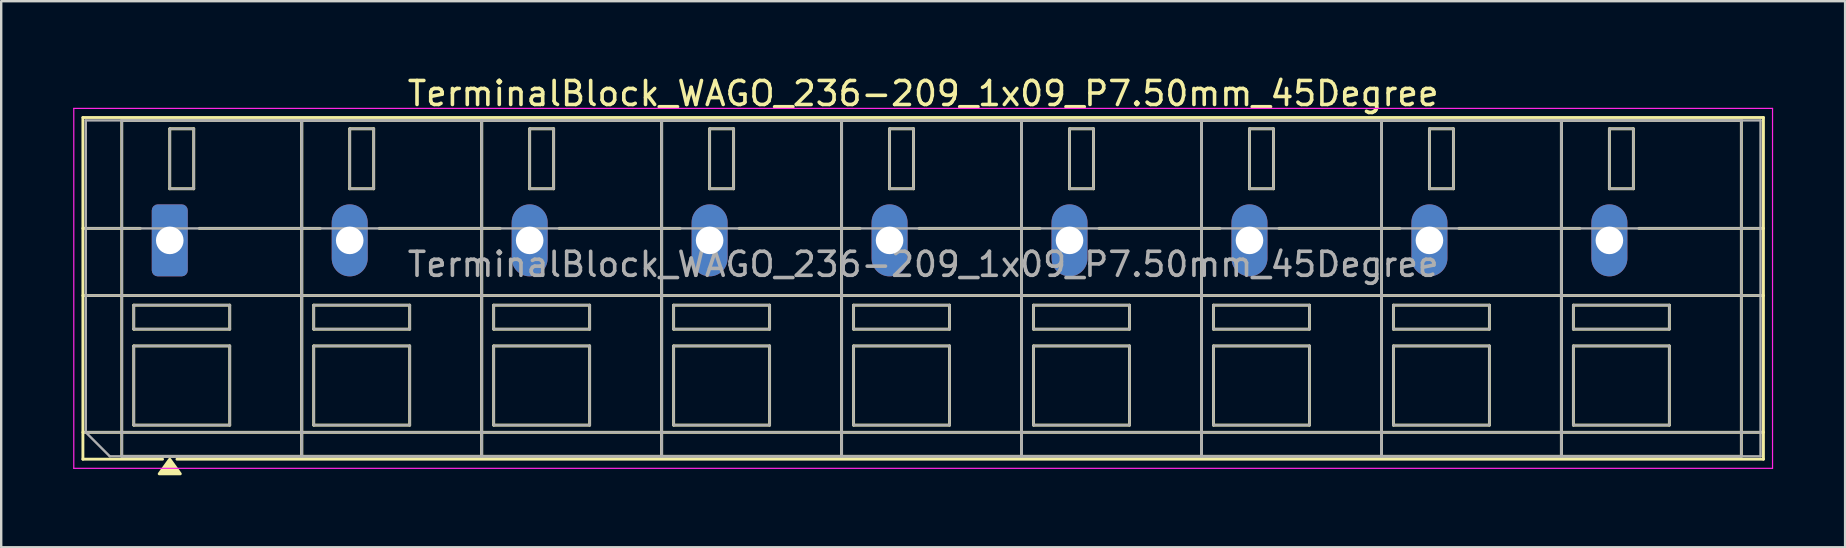
<source format=kicad_pcb>
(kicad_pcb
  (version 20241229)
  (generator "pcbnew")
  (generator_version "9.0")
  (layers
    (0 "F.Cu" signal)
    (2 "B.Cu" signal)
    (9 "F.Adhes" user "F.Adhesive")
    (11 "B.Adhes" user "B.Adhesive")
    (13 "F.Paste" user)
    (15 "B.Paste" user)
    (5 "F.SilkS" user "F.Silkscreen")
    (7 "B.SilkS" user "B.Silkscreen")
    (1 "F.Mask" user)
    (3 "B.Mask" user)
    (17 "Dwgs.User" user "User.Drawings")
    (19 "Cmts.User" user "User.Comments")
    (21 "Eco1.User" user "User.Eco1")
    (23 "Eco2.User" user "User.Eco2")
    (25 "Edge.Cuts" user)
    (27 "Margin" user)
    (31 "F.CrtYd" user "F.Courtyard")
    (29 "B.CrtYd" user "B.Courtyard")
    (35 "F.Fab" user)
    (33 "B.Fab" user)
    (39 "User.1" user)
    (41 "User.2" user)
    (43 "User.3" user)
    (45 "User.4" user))
  (footprint "TerminalBlock_WAGO_236-209_1x09_P7.50mm_45Degree"
    (layer "F.Cu")
    (at 4.025 6.968)
    (property "Reference" "TerminalBlock_WAGO_236-209_1x09_P7.50mm_45Degree" (at 31.4 -6.12 0) (layer "F.SilkS") (effects (font (size 1 1) (thickness 0.15))))
    (attr through_hole)
    (fp_line (start -3.62 -5.12) (end -3.62 9.12) (stroke (width 0.12) (type solid)) (layer "F.SilkS"))
    (fp_line (start -3.62 -5.12) (end 66.42 -5.12) (stroke (width 0.12) (type solid)) (layer "F.SilkS"))
    (fp_line (start -3.62 -0.5) (end -1.23 -0.5) (stroke (width 0.12) (type solid)) (layer "F.SilkS"))
    (fp_line (start -3.62 2.3) (end 66.42 2.3) (stroke (width 0.12) (type solid)) (layer "F.SilkS"))
    (fp_line (start -3.62 8) (end 66.42 8) (stroke (width 0.12) (type solid)) (layer "F.SilkS"))
    (fp_line (start -3.62 9.12) (end -0.3 9.12) (stroke (width 0.12) (type solid)) (layer "F.SilkS"))
    (fp_line (start -2 -5) (end -2 9) (stroke (width 0.12) (type solid)) (layer "F.SilkS"))
    (fp_line (start -2 -5) (end 5.5 -5) (stroke (width 0.12) (type solid)) (layer "F.SilkS"))
    (fp_line (start -2 9) (end 5.5 9) (stroke (width 0.12) (type solid)) (layer "F.SilkS"))
    (fp_line (start -1.5 2.7) (end -1.5 3.7) (stroke (width 0.12) (type solid)) (layer "F.SilkS"))
    (fp_line (start -1.5 2.7) (end 2.5 2.7) (stroke (width 0.12) (type solid)) (layer "F.SilkS"))
    (fp_line (start -1.5 3.7) (end 2.5 3.7) (stroke (width 0.12) (type solid)) (layer "F.SilkS"))
    (fp_line (start -1.5 4.4) (end -1.5 7.7) (stroke (width 0.12) (type solid)) (layer "F.SilkS"))
    (fp_line (start -1.5 4.4) (end 2.5 4.4) (stroke (width 0.12) (type solid)) (layer "F.SilkS"))
    (fp_line (start -1.5 7.7) (end 2.5 7.7) (stroke (width 0.12) (type solid)) (layer "F.SilkS"))
    (fp_line (start 0 -4.65) (end 0 -2.15) (stroke (width 0.12) (type solid)) (layer "F.SilkS"))
    (fp_line (start 0 -4.65) (end 1 -4.65) (stroke (width 0.12) (type solid)) (layer "F.SilkS"))
    (fp_line (start 0 -2.15) (end 1 -2.15) (stroke (width 0.12) (type solid)) (layer "F.SilkS"))
    (fp_line (start 0.3 9.12) (end 66.42 9.12) (stroke (width 0.12) (type solid)) (layer "F.SilkS"))
    (fp_line (start 1 -4.65) (end 1 -2.15) (stroke (width 0.12) (type solid)) (layer "F.SilkS"))
    (fp_line (start 1.23 -0.5) (end 6.27 -0.5) (stroke (width 0.12) (type solid)) (layer "F.SilkS"))
    (fp_line (start 2.5 2.7) (end 2.5 3.7) (stroke (width 0.12) (type solid)) (layer "F.SilkS"))
    (fp_line (start 2.5 4.4) (end 2.5 7.7) (stroke (width 0.12) (type solid)) (layer "F.SilkS"))
    (fp_line (start 5.5 -5) (end 5.5 9) (stroke (width 0.12) (type solid)) (layer "F.SilkS"))
    (fp_line (start 5.5 -5) (end 5.5 9) (stroke (width 0.12) (type solid)) (layer "F.SilkS"))
    (fp_line (start 5.5 -5) (end 13 -5) (stroke (width 0.12) (type solid)) (layer "F.SilkS"))
    (fp_line (start 5.5 9) (end 13 9) (stroke (width 0.12) (type solid)) (layer "F.SilkS"))
    (fp_line (start 6 2.7) (end 6 3.7) (stroke (width 0.12) (type solid)) (layer "F.SilkS"))
    (fp_line (start 6 2.7) (end 10 2.7) (stroke (width 0.12) (type solid)) (layer "F.SilkS"))
    (fp_line (start 6 3.7) (end 10 3.7) (stroke (width 0.12) (type solid)) (layer "F.SilkS"))
    (fp_line (start 6 4.4) (end 6 7.7) (stroke (width 0.12) (type solid)) (layer "F.SilkS"))
    (fp_line (start 6 4.4) (end 10 4.4) (stroke (width 0.12) (type solid)) (layer "F.SilkS"))
    (fp_line (start 6 7.7) (end 10 7.7) (stroke (width 0.12) (type solid)) (layer "F.SilkS"))
    (fp_line (start 7.5 -4.65) (end 7.5 -2.15) (stroke (width 0.12) (type solid)) (layer "F.SilkS"))
    (fp_line (start 7.5 -4.65) (end 8.5 -4.65) (stroke (width 0.12) (type solid)) (layer "F.SilkS"))
    (fp_line (start 7.5 -2.15) (end 8.5 -2.15) (stroke (width 0.12) (type solid)) (layer "F.SilkS"))
    (fp_line (start 8.5 -4.65) (end 8.5 -2.15) (stroke (width 0.12) (type solid)) (layer "F.SilkS"))
    (fp_line (start 8.73 -0.5) (end 13.77 -0.5) (stroke (width 0.12) (type solid)) (layer "F.SilkS"))
    (fp_line (start 10 2.7) (end 10 3.7) (stroke (width 0.12) (type solid)) (layer "F.SilkS"))
    (fp_line (start 10 4.4) (end 10 7.7) (stroke (width 0.12) (type solid)) (layer "F.SilkS"))
    (fp_line (start 13 -5) (end 13 9) (stroke (width 0.12) (type solid)) (layer "F.SilkS"))
    (fp_line (start 13 -5) (end 13 9) (stroke (width 0.12) (type solid)) (layer "F.SilkS"))
    (fp_line (start 13 -5) (end 20.5 -5) (stroke (width 0.12) (type solid)) (layer "F.SilkS"))
    (fp_line (start 13 9) (end 20.5 9) (stroke (width 0.12) (type solid)) (layer "F.SilkS"))
    (fp_line (start 13.5 2.7) (end 13.5 3.7) (stroke (width 0.12) (type solid)) (layer "F.SilkS"))
    (fp_line (start 13.5 2.7) (end 17.5 2.7) (stroke (width 0.12) (type solid)) (layer "F.SilkS"))
    (fp_line (start 13.5 3.7) (end 17.5 3.7) (stroke (width 0.12) (type solid)) (layer "F.SilkS"))
    (fp_line (start 13.5 4.4) (end 13.5 7.7) (stroke (width 0.12) (type solid)) (layer "F.SilkS"))
    (fp_line (start 13.5 4.4) (end 17.5 4.4) (stroke (width 0.12) (type solid)) (layer "F.SilkS"))
    (fp_line (start 13.5 7.7) (end 17.5 7.7) (stroke (width 0.12) (type solid)) (layer "F.SilkS"))
    (fp_line (start 15 -4.65) (end 15 -2.15) (stroke (width 0.12) (type solid)) (layer "F.SilkS"))
    (fp_line (start 15 -4.65) (end 16 -4.65) (stroke (width 0.12) (type solid)) (layer "F.SilkS"))
    (fp_line (start 15 -2.15) (end 16 -2.15) (stroke (width 0.12) (type solid)) (layer "F.SilkS"))
    (fp_line (start 16 -4.65) (end 16 -2.15) (stroke (width 0.12) (type solid)) (layer "F.SilkS"))
    (fp_line (start 16.23 -0.5) (end 21.27 -0.5) (stroke (width 0.12) (type solid)) (layer "F.SilkS"))
    (fp_line (start 17.5 2.7) (end 17.5 3.7) (stroke (width 0.12) (type solid)) (layer "F.SilkS"))
    (fp_line (start 17.5 4.4) (end 17.5 7.7) (stroke (width 0.12) (type solid)) (layer "F.SilkS"))
    (fp_line (start 20.5 -5) (end 20.5 9) (stroke (width 0.12) (type solid)) (layer "F.SilkS"))
    (fp_line (start 20.5 -5) (end 20.5 9) (stroke (width 0.12) (type solid)) (layer "F.SilkS"))
    (fp_line (start 20.5 -5) (end 28 -5) (stroke (width 0.12) (type solid)) (layer "F.SilkS"))
    (fp_line (start 20.5 9) (end 28 9) (stroke (width 0.12) (type solid)) (layer "F.SilkS"))
    (fp_line (start 21 2.7) (end 21 3.7) (stroke (width 0.12) (type solid)) (layer "F.SilkS"))
    (fp_line (start 21 2.7) (end 25 2.7) (stroke (width 0.12) (type solid)) (layer "F.SilkS"))
    (fp_line (start 21 3.7) (end 25 3.7) (stroke (width 0.12) (type solid)) (layer "F.SilkS"))
    (fp_line (start 21 4.4) (end 21 7.7) (stroke (width 0.12) (type solid)) (layer "F.SilkS"))
    (fp_line (start 21 4.4) (end 25 4.4) (stroke (width 0.12) (type solid)) (layer "F.SilkS"))
    (fp_line (start 21 7.7) (end 25 7.7) (stroke (width 0.12) (type solid)) (layer "F.SilkS"))
    (fp_line (start 22.5 -4.65) (end 22.5 -2.15) (stroke (width 0.12) (type solid)) (layer "F.SilkS"))
    (fp_line (start 22.5 -4.65) (end 23.5 -4.65) (stroke (width 0.12) (type solid)) (layer "F.SilkS"))
    (fp_line (start 22.5 -2.15) (end 23.5 -2.15) (stroke (width 0.12) (type solid)) (layer "F.SilkS"))
    (fp_line (start 23.5 -4.65) (end 23.5 -2.15) (stroke (width 0.12) (type solid)) (layer "F.SilkS"))
    (fp_line (start 23.73 -0.5) (end 28.77 -0.5) (stroke (width 0.12) (type solid)) (layer "F.SilkS"))
    (fp_line (start 25 2.7) (end 25 3.7) (stroke (width 0.12) (type solid)) (layer "F.SilkS"))
    (fp_line (start 25 4.4) (end 25 7.7) (stroke (width 0.12) (type solid)) (layer "F.SilkS"))
    (fp_line (start 28 -5) (end 28 9) (stroke (width 0.12) (type solid)) (layer "F.SilkS"))
    (fp_line (start 28 -5) (end 28 9) (stroke (width 0.12) (type solid)) (layer "F.SilkS"))
    (fp_line (start 28 -5) (end 35.5 -5) (stroke (width 0.12) (type solid)) (layer "F.SilkS"))
    (fp_line (start 28 9) (end 35.5 9) (stroke (width 0.12) (type solid)) (layer "F.SilkS"))
    (fp_line (start 28.5 2.7) (end 28.5 3.7) (stroke (width 0.12) (type solid)) (layer "F.SilkS"))
    (fp_line (start 28.5 2.7) (end 32.5 2.7) (stroke (width 0.12) (type solid)) (layer "F.SilkS"))
    (fp_line (start 28.5 3.7) (end 32.5 3.7) (stroke (width 0.12) (type solid)) (layer "F.SilkS"))
    (fp_line (start 28.5 4.4) (end 28.5 7.7) (stroke (width 0.12) (type solid)) (layer "F.SilkS"))
    (fp_line (start 28.5 4.4) (end 32.5 4.4) (stroke (width 0.12) (type solid)) (layer "F.SilkS"))
    (fp_line (start 28.5 7.7) (end 32.5 7.7) (stroke (width 0.12) (type solid)) (layer "F.SilkS"))
    (fp_line (start 30 -4.65) (end 30 -2.15) (stroke (width 0.12) (type solid)) (layer "F.SilkS"))
    (fp_line (start 30 -4.65) (end 31 -4.65) (stroke (width 0.12) (type solid)) (layer "F.SilkS"))
    (fp_line (start 30 -2.15) (end 31 -2.15) (stroke (width 0.12) (type solid)) (layer "F.SilkS"))
    (fp_line (start 31 -4.65) (end 31 -2.15) (stroke (width 0.12) (type solid)) (layer "F.SilkS"))
    (fp_line (start 31.23 -0.5) (end 36.27 -0.5) (stroke (width 0.12) (type solid)) (layer "F.SilkS"))
    (fp_line (start 32.5 2.7) (end 32.5 3.7) (stroke (width 0.12) (type solid)) (layer "F.SilkS"))
    (fp_line (start 32.5 4.4) (end 32.5 7.7) (stroke (width 0.12) (type solid)) (layer "F.SilkS"))
    (fp_line (start 35.5 -5) (end 35.5 9) (stroke (width 0.12) (type solid)) (layer "F.SilkS"))
    (fp_line (start 35.5 -5) (end 35.5 9) (stroke (width 0.12) (type solid)) (layer "F.SilkS"))
    (fp_line (start 35.5 -5) (end 43 -5) (stroke (width 0.12) (type solid)) (layer "F.SilkS"))
    (fp_line (start 35.5 9) (end 43 9) (stroke (width 0.12) (type solid)) (layer "F.SilkS"))
    (fp_line (start 36 2.7) (end 36 3.7) (stroke (width 0.12) (type solid)) (layer "F.SilkS"))
    (fp_line (start 36 2.7) (end 40 2.7) (stroke (width 0.12) (type solid)) (layer "F.SilkS"))
    (fp_line (start 36 3.7) (end 40 3.7) (stroke (width 0.12) (type solid)) (layer "F.SilkS"))
    (fp_line (start 36 4.4) (end 36 7.7) (stroke (width 0.12) (type solid)) (layer "F.SilkS"))
    (fp_line (start 36 4.4) (end 40 4.4) (stroke (width 0.12) (type solid)) (layer "F.SilkS"))
    (fp_line (start 36 7.7) (end 40 7.7) (stroke (width 0.12) (type solid)) (layer "F.SilkS"))
    (fp_line (start 37.5 -4.65) (end 37.5 -2.15) (stroke (width 0.12) (type solid)) (layer "F.SilkS"))
    (fp_line (start 37.5 -4.65) (end 38.5 -4.65) (stroke (width 0.12) (type solid)) (layer "F.SilkS"))
    (fp_line (start 37.5 -2.15) (end 38.5 -2.15) (stroke (width 0.12) (type solid)) (layer "F.SilkS"))
    (fp_line (start 38.5 -4.65) (end 38.5 -2.15) (stroke (width 0.12) (type solid)) (layer "F.SilkS"))
    (fp_line (start 38.73 -0.5) (end 43.77 -0.5) (stroke (width 0.12) (type solid)) (layer "F.SilkS"))
    (fp_line (start 40 2.7) (end 40 3.7) (stroke (width 0.12) (type solid)) (layer "F.SilkS"))
    (fp_line (start 40 4.4) (end 40 7.7) (stroke (width 0.12) (type solid)) (layer "F.SilkS"))
    (fp_line (start 43 -5) (end 43 9) (stroke (width 0.12) (type solid)) (layer "F.SilkS"))
    (fp_line (start 43 -5) (end 43 9) (stroke (width 0.12) (type solid)) (layer "F.SilkS"))
    (fp_line (start 43 -5) (end 50.5 -5) (stroke (width 0.12) (type solid)) (layer "F.SilkS"))
    (fp_line (start 43 9) (end 50.5 9) (stroke (width 0.12) (type solid)) (layer "F.SilkS"))
    (fp_line (start 43.5 2.7) (end 43.5 3.7) (stroke (width 0.12) (type solid)) (layer "F.SilkS"))
    (fp_line (start 43.5 2.7) (end 47.5 2.7) (stroke (width 0.12) (type solid)) (layer "F.SilkS"))
    (fp_line (start 43.5 3.7) (end 47.5 3.7) (stroke (width 0.12) (type solid)) (layer "F.SilkS"))
    (fp_line (start 43.5 4.4) (end 43.5 7.7) (stroke (width 0.12) (type solid)) (layer "F.SilkS"))
    (fp_line (start 43.5 4.4) (end 47.5 4.4) (stroke (width 0.12) (type solid)) (layer "F.SilkS"))
    (fp_line (start 43.5 7.7) (end 47.5 7.7) (stroke (width 0.12) (type solid)) (layer "F.SilkS"))
    (fp_line (start 45 -4.65) (end 45 -2.15) (stroke (width 0.12) (type solid)) (layer "F.SilkS"))
    (fp_line (start 45 -4.65) (end 46 -4.65) (stroke (width 0.12) (type solid)) (layer "F.SilkS"))
    (fp_line (start 45 -2.15) (end 46 -2.15) (stroke (width 0.12) (type solid)) (layer "F.SilkS"))
    (fp_line (start 46 -4.65) (end 46 -2.15) (stroke (width 0.12) (type solid)) (layer "F.SilkS"))
    (fp_line (start 46.23 -0.5) (end 51.27 -0.5) (stroke (width 0.12) (type solid)) (layer "F.SilkS"))
    (fp_line (start 47.5 2.7) (end 47.5 3.7) (stroke (width 0.12) (type solid)) (layer "F.SilkS"))
    (fp_line (start 47.5 4.4) (end 47.5 7.7) (stroke (width 0.12) (type solid)) (layer "F.SilkS"))
    (fp_line (start 50.5 -5) (end 50.5 9) (stroke (width 0.12) (type solid)) (layer "F.SilkS"))
    (fp_line (start 50.5 -5) (end 50.5 9) (stroke (width 0.12) (type solid)) (layer "F.SilkS"))
    (fp_line (start 50.5 -5) (end 58 -5) (stroke (width 0.12) (type solid)) (layer "F.SilkS"))
    (fp_line (start 50.5 9) (end 58 9) (stroke (width 0.12) (type solid)) (layer "F.SilkS"))
    (fp_line (start 51 2.7) (end 51 3.7) (stroke (width 0.12) (type solid)) (layer "F.SilkS"))
    (fp_line (start 51 2.7) (end 55 2.7) (stroke (width 0.12) (type solid)) (layer "F.SilkS"))
    (fp_line (start 51 3.7) (end 55 3.7) (stroke (width 0.12) (type solid)) (layer "F.SilkS"))
    (fp_line (start 51 4.4) (end 51 7.7) (stroke (width 0.12) (type solid)) (layer "F.SilkS"))
    (fp_line (start 51 4.4) (end 55 4.4) (stroke (width 0.12) (type solid)) (layer "F.SilkS"))
    (fp_line (start 51 7.7) (end 55 7.7) (stroke (width 0.12) (type solid)) (layer "F.SilkS"))
    (fp_line (start 52.5 -4.65) (end 52.5 -2.15) (stroke (width 0.12) (type solid)) (layer "F.SilkS"))
    (fp_line (start 52.5 -4.65) (end 53.5 -4.65) (stroke (width 0.12) (type solid)) (layer "F.SilkS"))
    (fp_line (start 52.5 -2.15) (end 53.5 -2.15) (stroke (width 0.12) (type solid)) (layer "F.SilkS"))
    (fp_line (start 53.5 -4.65) (end 53.5 -2.15) (stroke (width 0.12) (type solid)) (layer "F.SilkS"))
    (fp_line (start 53.73 -0.5) (end 58.77 -0.5) (stroke (width 0.12) (type solid)) (layer "F.SilkS"))
    (fp_line (start 55 2.7) (end 55 3.7) (stroke (width 0.12) (type solid)) (layer "F.SilkS"))
    (fp_line (start 55 4.4) (end 55 7.7) (stroke (width 0.12) (type solid)) (layer "F.SilkS"))
    (fp_line (start 58 -5) (end 58 9) (stroke (width 0.12) (type solid)) (layer "F.SilkS"))
    (fp_line (start 58 -5) (end 58 9) (stroke (width 0.12) (type solid)) (layer "F.SilkS"))
    (fp_line (start 58 -5) (end 65.5 -5) (stroke (width 0.12) (type solid)) (layer "F.SilkS"))
    (fp_line (start 58 9) (end 65.5 9) (stroke (width 0.12) (type solid)) (layer "F.SilkS"))
    (fp_line (start 58.5 2.7) (end 58.5 3.7) (stroke (width 0.12) (type solid)) (layer "F.SilkS"))
    (fp_line (start 58.5 2.7) (end 62.5 2.7) (stroke (width 0.12) (type solid)) (layer "F.SilkS"))
    (fp_line (start 58.5 3.7) (end 62.5 3.7) (stroke (width 0.12) (type solid)) (layer "F.SilkS"))
    (fp_line (start 58.5 4.4) (end 58.5 7.7) (stroke (width 0.12) (type solid)) (layer "F.SilkS"))
    (fp_line (start 58.5 4.4) (end 62.5 4.4) (stroke (width 0.12) (type solid)) (layer "F.SilkS"))
    (fp_line (start 58.5 7.7) (end 62.5 7.7) (stroke (width 0.12) (type solid)) (layer "F.SilkS"))
    (fp_line (start 60 -4.65) (end 60 -2.15) (stroke (width 0.12) (type solid)) (layer "F.SilkS"))
    (fp_line (start 60 -4.65) (end 61 -4.65) (stroke (width 0.12) (type solid)) (layer "F.SilkS"))
    (fp_line (start 60 -2.15) (end 61 -2.15) (stroke (width 0.12) (type solid)) (layer "F.SilkS"))
    (fp_line (start 61 -4.65) (end 61 -2.15) (stroke (width 0.12) (type solid)) (layer "F.SilkS"))
    (fp_line (start 61.23 -0.5) (end 66.42 -0.5) (stroke (width 0.12) (type solid)) (layer "F.SilkS"))
    (fp_line (start 62.5 2.7) (end 62.5 3.7) (stroke (width 0.12) (type solid)) (layer "F.SilkS"))
    (fp_line (start 62.5 4.4) (end 62.5 7.7) (stroke (width 0.12) (type solid)) (layer "F.SilkS"))
    (fp_line (start 65.5 -5) (end 65.5 9) (stroke (width 0.12) (type solid)) (layer "F.SilkS"))
    (fp_line (start 66.42 -5.12) (end 66.42 9.12) (stroke (width 0.12) (type solid)) (layer "F.SilkS"))
    (fp_poly (pts (xy 0 9.12) (xy 0.44 9.73) (xy -0.44 9.73)) (stroke (width 0.12) (type solid)) (fill yes) (layer "F.SilkS"))
    (fp_line (start -4 -5.5) (end -4 9.5) (stroke (width 0.05) (type solid)) (layer "F.CrtYd"))
    (fp_line (start -4 9.5) (end 66.8 9.5) (stroke (width 0.05) (type solid)) (layer "F.CrtYd"))
    (fp_line (start 66.8 -5.5) (end -4 -5.5) (stroke (width 0.05) (type solid)) (layer "F.CrtYd"))
    (fp_line (start 66.8 9.5) (end 66.8 -5.5) (stroke (width 0.05) (type solid)) (layer "F.CrtYd"))
    (fp_line (start -3.5 -5) (end 66.3 -5) (stroke (width 0.1) (type solid)) (layer "F.Fab"))
    (fp_line (start -3.5 -0.5) (end 66.3 -0.5) (stroke (width 0.1) (type solid)) (layer "F.Fab"))
    (fp_line (start -3.5 2.3) (end 66.3 2.3) (stroke (width 0.1) (type solid)) (layer "F.Fab"))
    (fp_line (start -3.5 8) (end -3.5 -5) (stroke (width 0.1) (type solid)) (layer "F.Fab"))
    (fp_line (start -3.5 8) (end 66.3 8) (stroke (width 0.1) (type solid)) (layer "F.Fab"))
    (fp_line (start -2.5 9) (end -3.5 8) (stroke (width 0.1) (type solid)) (layer "F.Fab"))
    (fp_line (start -2 -5) (end -2 9) (stroke (width 0.1) (type solid)) (layer "F.Fab"))
    (fp_line (start -2 9) (end 5.5 9) (stroke (width 0.1) (type solid)) (layer "F.Fab"))
    (fp_line (start -1.5 2.7) (end -1.5 3.7) (stroke (width 0.1) (type solid)) (layer "F.Fab"))
    (fp_line (start -1.5 3.7) (end 2.5 3.7) (stroke (width 0.1) (type solid)) (layer "F.Fab"))
    (fp_line (start -1.5 4.4) (end -1.5 7.7) (stroke (width 0.1) (type solid)) (layer "F.Fab"))
    (fp_line (start -1.5 7.7) (end 2.5 7.7) (stroke (width 0.1) (type solid)) (layer "F.Fab"))
    (fp_line (start 0 -4.65) (end 0 -2.15) (stroke (width 0.1) (type solid)) (layer "F.Fab"))
    (fp_line (start 0 -2.15) (end 1 -2.15) (stroke (width 0.1) (type solid)) (layer "F.Fab"))
    (fp_line (start 1 -4.65) (end 0 -4.65) (stroke (width 0.1) (type solid)) (layer "F.Fab"))
    (fp_line (start 1 -2.15) (end 1 -4.65) (stroke (width 0.1) (type solid)) (layer "F.Fab"))
    (fp_line (start 2.5 2.7) (end -1.5 2.7) (stroke (width 0.1) (type solid)) (layer "F.Fab"))
    (fp_line (start 2.5 3.7) (end 2.5 2.7) (stroke (width 0.1) (type solid)) (layer "F.Fab"))
    (fp_line (start 2.5 4.4) (end -1.5 4.4) (stroke (width 0.1) (type solid)) (layer "F.Fab"))
    (fp_line (start 2.5 7.7) (end 2.5 4.4) (stroke (width 0.1) (type solid)) (layer "F.Fab"))
    (fp_line (start 5.5 -5) (end -2 -5) (stroke (width 0.1) (type solid)) (layer "F.Fab"))
    (fp_line (start 5.5 -5) (end 5.5 9) (stroke (width 0.1) (type solid)) (layer "F.Fab"))
    (fp_line (start 5.5 9) (end 5.5 -5) (stroke (width 0.1) (type solid)) (layer "F.Fab"))
    (fp_line (start 5.5 9) (end 13 9) (stroke (width 0.1) (type solid)) (layer "F.Fab"))
    (fp_line (start 6 2.7) (end 6 3.7) (stroke (width 0.1) (type solid)) (layer "F.Fab"))
    (fp_line (start 6 3.7) (end 10 3.7) (stroke (width 0.1) (type solid)) (layer "F.Fab"))
    (fp_line (start 6 4.4) (end 6 7.7) (stroke (width 0.1) (type solid)) (layer "F.Fab"))
    (fp_line (start 6 7.7) (end 10 7.7) (stroke (width 0.1) (type solid)) (layer "F.Fab"))
    (fp_line (start 7.5 -4.65) (end 7.5 -2.15) (stroke (width 0.1) (type solid)) (layer "F.Fab"))
    (fp_line (start 7.5 -2.15) (end 8.5 -2.15) (stroke (width 0.1) (type solid)) (layer "F.Fab"))
    (fp_line (start 8.5 -4.65) (end 7.5 -4.65) (stroke (width 0.1) (type solid)) (layer "F.Fab"))
    (fp_line (start 8.5 -2.15) (end 8.5 -4.65) (stroke (width 0.1) (type solid)) (layer "F.Fab"))
    (fp_line (start 10 2.7) (end 6 2.7) (stroke (width 0.1) (type solid)) (layer "F.Fab"))
    (fp_line (start 10 3.7) (end 10 2.7) (stroke (width 0.1) (type solid)) (layer "F.Fab"))
    (fp_line (start 10 4.4) (end 6 4.4) (stroke (width 0.1) (type solid)) (layer "F.Fab"))
    (fp_line (start 10 7.7) (end 10 4.4) (stroke (width 0.1) (type solid)) (layer "F.Fab"))
    (fp_line (start 13 -5) (end 5.5 -5) (stroke (width 0.1) (type solid)) (layer "F.Fab"))
    (fp_line (start 13 -5) (end 13 9) (stroke (width 0.1) (type solid)) (layer "F.Fab"))
    (fp_line (start 13 9) (end 13 -5) (stroke (width 0.1) (type solid)) (layer "F.Fab"))
    (fp_line (start 13 9) (end 20.5 9) (stroke (width 0.1) (type solid)) (layer "F.Fab"))
    (fp_line (start 13.5 2.7) (end 13.5 3.7) (stroke (width 0.1) (type solid)) (layer "F.Fab"))
    (fp_line (start 13.5 3.7) (end 17.5 3.7) (stroke (width 0.1) (type solid)) (layer "F.Fab"))
    (fp_line (start 13.5 4.4) (end 13.5 7.7) (stroke (width 0.1) (type solid)) (layer "F.Fab"))
    (fp_line (start 13.5 7.7) (end 17.5 7.7) (stroke (width 0.1) (type solid)) (layer "F.Fab"))
    (fp_line (start 15 -4.65) (end 15 -2.15) (stroke (width 0.1) (type solid)) (layer "F.Fab"))
    (fp_line (start 15 -2.15) (end 16 -2.15) (stroke (width 0.1) (type solid)) (layer "F.Fab"))
    (fp_line (start 16 -4.65) (end 15 -4.65) (stroke (width 0.1) (type solid)) (layer "F.Fab"))
    (fp_line (start 16 -2.15) (end 16 -4.65) (stroke (width 0.1) (type solid)) (layer "F.Fab"))
    (fp_line (start 17.5 2.7) (end 13.5 2.7) (stroke (width 0.1) (type solid)) (layer "F.Fab"))
    (fp_line (start 17.5 3.7) (end 17.5 2.7) (stroke (width 0.1) (type solid)) (layer "F.Fab"))
    (fp_line (start 17.5 4.4) (end 13.5 4.4) (stroke (width 0.1) (type solid)) (layer "F.Fab"))
    (fp_line (start 17.5 7.7) (end 17.5 4.4) (stroke (width 0.1) (type solid)) (layer "F.Fab"))
    (fp_line (start 20.5 -5) (end 13 -5) (stroke (width 0.1) (type solid)) (layer "F.Fab"))
    (fp_line (start 20.5 -5) (end 20.5 9) (stroke (width 0.1) (type solid)) (layer "F.Fab"))
    (fp_line (start 20.5 9) (end 20.5 -5) (stroke (width 0.1) (type solid)) (layer "F.Fab"))
    (fp_line (start 20.5 9) (end 28 9) (stroke (width 0.1) (type solid)) (layer "F.Fab"))
    (fp_line (start 21 2.7) (end 21 3.7) (stroke (width 0.1) (type solid)) (layer "F.Fab"))
    (fp_line (start 21 3.7) (end 25 3.7) (stroke (width 0.1) (type solid)) (layer "F.Fab"))
    (fp_line (start 21 4.4) (end 21 7.7) (stroke (width 0.1) (type solid)) (layer "F.Fab"))
    (fp_line (start 21 7.7) (end 25 7.7) (stroke (width 0.1) (type solid)) (layer "F.Fab"))
    (fp_line (start 22.5 -4.65) (end 22.5 -2.15) (stroke (width 0.1) (type solid)) (layer "F.Fab"))
    (fp_line (start 22.5 -2.15) (end 23.5 -2.15) (stroke (width 0.1) (type solid)) (layer "F.Fab"))
    (fp_line (start 23.5 -4.65) (end 22.5 -4.65) (stroke (width 0.1) (type solid)) (layer "F.Fab"))
    (fp_line (start 23.5 -2.15) (end 23.5 -4.65) (stroke (width 0.1) (type solid)) (layer "F.Fab"))
    (fp_line (start 25 2.7) (end 21 2.7) (stroke (width 0.1) (type solid)) (layer "F.Fab"))
    (fp_line (start 25 3.7) (end 25 2.7) (stroke (width 0.1) (type solid)) (layer "F.Fab"))
    (fp_line (start 25 4.4) (end 21 4.4) (stroke (width 0.1) (type solid)) (layer "F.Fab"))
    (fp_line (start 25 7.7) (end 25 4.4) (stroke (width 0.1) (type solid)) (layer "F.Fab"))
    (fp_line (start 28 -5) (end 20.5 -5) (stroke (width 0.1) (type solid)) (layer "F.Fab"))
    (fp_line (start 28 -5) (end 28 9) (stroke (width 0.1) (type solid)) (layer "F.Fab"))
    (fp_line (start 28 9) (end 28 -5) (stroke (width 0.1) (type solid)) (layer "F.Fab"))
    (fp_line (start 28 9) (end 35.5 9) (stroke (width 0.1) (type solid)) (layer "F.Fab"))
    (fp_line (start 28.5 2.7) (end 28.5 3.7) (stroke (width 0.1) (type solid)) (layer "F.Fab"))
    (fp_line (start 28.5 3.7) (end 32.5 3.7) (stroke (width 0.1) (type solid)) (layer "F.Fab"))
    (fp_line (start 28.5 4.4) (end 28.5 7.7) (stroke (width 0.1) (type solid)) (layer "F.Fab"))
    (fp_line (start 28.5 7.7) (end 32.5 7.7) (stroke (width 0.1) (type solid)) (layer "F.Fab"))
    (fp_line (start 30 -4.65) (end 30 -2.15) (stroke (width 0.1) (type solid)) (layer "F.Fab"))
    (fp_line (start 30 -2.15) (end 31 -2.15) (stroke (width 0.1) (type solid)) (layer "F.Fab"))
    (fp_line (start 31 -4.65) (end 30 -4.65) (stroke (width 0.1) (type solid)) (layer "F.Fab"))
    (fp_line (start 31 -2.15) (end 31 -4.65) (stroke (width 0.1) (type solid)) (layer "F.Fab"))
    (fp_line (start 32.5 2.7) (end 28.5 2.7) (stroke (width 0.1) (type solid)) (layer "F.Fab"))
    (fp_line (start 32.5 3.7) (end 32.5 2.7) (stroke (width 0.1) (type solid)) (layer "F.Fab"))
    (fp_line (start 32.5 4.4) (end 28.5 4.4) (stroke (width 0.1) (type solid)) (layer "F.Fab"))
    (fp_line (start 32.5 7.7) (end 32.5 4.4) (stroke (width 0.1) (type solid)) (layer "F.Fab"))
    (fp_line (start 35.5 -5) (end 28 -5) (stroke (width 0.1) (type solid)) (layer "F.Fab"))
    (fp_line (start 35.5 -5) (end 35.5 9) (stroke (width 0.1) (type solid)) (layer "F.Fab"))
    (fp_line (start 35.5 9) (end 35.5 -5) (stroke (width 0.1) (type solid)) (layer "F.Fab"))
    (fp_line (start 35.5 9) (end 43 9) (stroke (width 0.1) (type solid)) (layer "F.Fab"))
    (fp_line (start 36 2.7) (end 36 3.7) (stroke (width 0.1) (type solid)) (layer "F.Fab"))
    (fp_line (start 36 3.7) (end 40 3.7) (stroke (width 0.1) (type solid)) (layer "F.Fab"))
    (fp_line (start 36 4.4) (end 36 7.7) (stroke (width 0.1) (type solid)) (layer "F.Fab"))
    (fp_line (start 36 7.7) (end 40 7.7) (stroke (width 0.1) (type solid)) (layer "F.Fab"))
    (fp_line (start 37.5 -4.65) (end 37.5 -2.15) (stroke (width 0.1) (type solid)) (layer "F.Fab"))
    (fp_line (start 37.5 -2.15) (end 38.5 -2.15) (stroke (width 0.1) (type solid)) (layer "F.Fab"))
    (fp_line (start 38.5 -4.65) (end 37.5 -4.65) (stroke (width 0.1) (type solid)) (layer "F.Fab"))
    (fp_line (start 38.5 -2.15) (end 38.5 -4.65) (stroke (width 0.1) (type solid)) (layer "F.Fab"))
    (fp_line (start 40 2.7) (end 36 2.7) (stroke (width 0.1) (type solid)) (layer "F.Fab"))
    (fp_line (start 40 3.7) (end 40 2.7) (stroke (width 0.1) (type solid)) (layer "F.Fab"))
    (fp_line (start 40 4.4) (end 36 4.4) (stroke (width 0.1) (type solid)) (layer "F.Fab"))
    (fp_line (start 40 7.7) (end 40 4.4) (stroke (width 0.1) (type solid)) (layer "F.Fab"))
    (fp_line (start 43 -5) (end 35.5 -5) (stroke (width 0.1) (type solid)) (layer "F.Fab"))
    (fp_line (start 43 -5) (end 43 9) (stroke (width 0.1) (type solid)) (layer "F.Fab"))
    (fp_line (start 43 9) (end 43 -5) (stroke (width 0.1) (type solid)) (layer "F.Fab"))
    (fp_line (start 43 9) (end 50.5 9) (stroke (width 0.1) (type solid)) (layer "F.Fab"))
    (fp_line (start 43.5 2.7) (end 43.5 3.7) (stroke (width 0.1) (type solid)) (layer "F.Fab"))
    (fp_line (start 43.5 3.7) (end 47.5 3.7) (stroke (width 0.1) (type solid)) (layer "F.Fab"))
    (fp_line (start 43.5 4.4) (end 43.5 7.7) (stroke (width 0.1) (type solid)) (layer "F.Fab"))
    (fp_line (start 43.5 7.7) (end 47.5 7.7) (stroke (width 0.1) (type solid)) (layer "F.Fab"))
    (fp_line (start 45 -4.65) (end 45 -2.15) (stroke (width 0.1) (type solid)) (layer "F.Fab"))
    (fp_line (start 45 -2.15) (end 46 -2.15) (stroke (width 0.1) (type solid)) (layer "F.Fab"))
    (fp_line (start 46 -4.65) (end 45 -4.65) (stroke (width 0.1) (type solid)) (layer "F.Fab"))
    (fp_line (start 46 -2.15) (end 46 -4.65) (stroke (width 0.1) (type solid)) (layer "F.Fab"))
    (fp_line (start 47.5 2.7) (end 43.5 2.7) (stroke (width 0.1) (type solid)) (layer "F.Fab"))
    (fp_line (start 47.5 3.7) (end 47.5 2.7) (stroke (width 0.1) (type solid)) (layer "F.Fab"))
    (fp_line (start 47.5 4.4) (end 43.5 4.4) (stroke (width 0.1) (type solid)) (layer "F.Fab"))
    (fp_line (start 47.5 7.7) (end 47.5 4.4) (stroke (width 0.1) (type solid)) (layer "F.Fab"))
    (fp_line (start 50.5 -5) (end 43 -5) (stroke (width 0.1) (type solid)) (layer "F.Fab"))
    (fp_line (start 50.5 -5) (end 50.5 9) (stroke (width 0.1) (type solid)) (layer "F.Fab"))
    (fp_line (start 50.5 9) (end 50.5 -5) (stroke (width 0.1) (type solid)) (layer "F.Fab"))
    (fp_line (start 50.5 9) (end 58 9) (stroke (width 0.1) (type solid)) (layer "F.Fab"))
    (fp_line (start 51 2.7) (end 51 3.7) (stroke (width 0.1) (type solid)) (layer "F.Fab"))
    (fp_line (start 51 3.7) (end 55 3.7) (stroke (width 0.1) (type solid)) (layer "F.Fab"))
    (fp_line (start 51 4.4) (end 51 7.7) (stroke (width 0.1) (type solid)) (layer "F.Fab"))
    (fp_line (start 51 7.7) (end 55 7.7) (stroke (width 0.1) (type solid)) (layer "F.Fab"))
    (fp_line (start 52.5 -4.65) (end 52.5 -2.15) (stroke (width 0.1) (type solid)) (layer "F.Fab"))
    (fp_line (start 52.5 -2.15) (end 53.5 -2.15) (stroke (width 0.1) (type solid)) (layer "F.Fab"))
    (fp_line (start 53.5 -4.65) (end 52.5 -4.65) (stroke (width 0.1) (type solid)) (layer "F.Fab"))
    (fp_line (start 53.5 -2.15) (end 53.5 -4.65) (stroke (width 0.1) (type solid)) (layer "F.Fab"))
    (fp_line (start 55 2.7) (end 51 2.7) (stroke (width 0.1) (type solid)) (layer "F.Fab"))
    (fp_line (start 55 3.7) (end 55 2.7) (stroke (width 0.1) (type solid)) (layer "F.Fab"))
    (fp_line (start 55 4.4) (end 51 4.4) (stroke (width 0.1) (type solid)) (layer "F.Fab"))
    (fp_line (start 55 7.7) (end 55 4.4) (stroke (width 0.1) (type solid)) (layer "F.Fab"))
    (fp_line (start 58 -5) (end 50.5 -5) (stroke (width 0.1) (type solid)) (layer "F.Fab"))
    (fp_line (start 58 -5) (end 58 9) (stroke (width 0.1) (type solid)) (layer "F.Fab"))
    (fp_line (start 58 9) (end 58 -5) (stroke (width 0.1) (type solid)) (layer "F.Fab"))
    (fp_line (start 58 9) (end 65.5 9) (stroke (width 0.1) (type solid)) (layer "F.Fab"))
    (fp_line (start 58.5 2.7) (end 58.5 3.7) (stroke (width 0.1) (type solid)) (layer "F.Fab"))
    (fp_line (start 58.5 3.7) (end 62.5 3.7) (stroke (width 0.1) (type solid)) (layer "F.Fab"))
    (fp_line (start 58.5 4.4) (end 58.5 7.7) (stroke (width 0.1) (type solid)) (layer "F.Fab"))
    (fp_line (start 58.5 7.7) (end 62.5 7.7) (stroke (width 0.1) (type solid)) (layer "F.Fab"))
    (fp_line (start 60 -4.65) (end 60 -2.15) (stroke (width 0.1) (type solid)) (layer "F.Fab"))
    (fp_line (start 60 -2.15) (end 61 -2.15) (stroke (width 0.1) (type solid)) (layer "F.Fab"))
    (fp_line (start 61 -4.65) (end 60 -4.65) (stroke (width 0.1) (type solid)) (layer "F.Fab"))
    (fp_line (start 61 -2.15) (end 61 -4.65) (stroke (width 0.1) (type solid)) (layer "F.Fab"))
    (fp_line (start 62.5 2.7) (end 58.5 2.7) (stroke (width 0.1) (type solid)) (layer "F.Fab"))
    (fp_line (start 62.5 3.7) (end 62.5 2.7) (stroke (width 0.1) (type solid)) (layer "F.Fab"))
    (fp_line (start 62.5 4.4) (end 58.5 4.4) (stroke (width 0.1) (type solid)) (layer "F.Fab"))
    (fp_line (start 62.5 7.7) (end 62.5 4.4) (stroke (width 0.1) (type solid)) (layer "F.Fab"))
    (fp_line (start 65.5 -5) (end 58 -5) (stroke (width 0.1) (type solid)) (layer "F.Fab"))
    (fp_line (start 65.5 9) (end 65.5 -5) (stroke (width 0.1) (type solid)) (layer "F.Fab"))
    (fp_line (start 66.3 -5) (end 66.3 9) (stroke (width 0.1) (type solid)) (layer "F.Fab"))
    (fp_line (start 66.3 9) (end -2.5 9) (stroke (width 0.1) (type solid)) (layer "F.Fab"))
    (fp_text user "${REFERENCE}" (at 31.4 1 0) (layer "F.Fab") (effects (font (size 1 1) (thickness 0.15))))
    (pad "1" thru_hole roundrect (at 0 0) (size 1.5 3) (drill 1.15) (layers "*.Cu" "*.Mask") (roundrect_rratio 0.167))
    (pad "2" thru_hole oval (at 7.5 0) (size 1.5 3) (drill 1.15) (layers "*.Cu" "*.Mask"))
    (pad "3" thru_hole oval (at 15 0) (size 1.5 3) (drill 1.15) (layers "*.Cu" "*.Mask"))
    (pad "4" thru_hole oval (at 22.5 0) (size 1.5 3) (drill 1.15) (layers "*.Cu" "*.Mask"))
    (pad "5" thru_hole oval (at 30 0) (size 1.5 3) (drill 1.15) (layers "*.Cu" "*.Mask"))
    (pad "6" thru_hole oval (at 37.5 0) (size 1.5 3) (drill 1.15) (layers "*.Cu" "*.Mask"))
    (pad "7" thru_hole oval (at 45 0) (size 1.5 3) (drill 1.15) (layers "*.Cu" "*.Mask"))
    (pad "8" thru_hole oval (at 52.5 0) (size 1.5 3) (drill 1.15) (layers "*.Cu" "*.Mask"))
    (pad "9" thru_hole oval (at 60 0) (size 1.5 3) (drill 1.15) (layers "*.Cu" "*.Mask")))
  (gr_rect
    (start -3 -3)
    (end 73.85 19.758)
    (stroke (width 0.1) (type default))
    (fill no)
    (layer "Edge.Cuts")))
</source>
